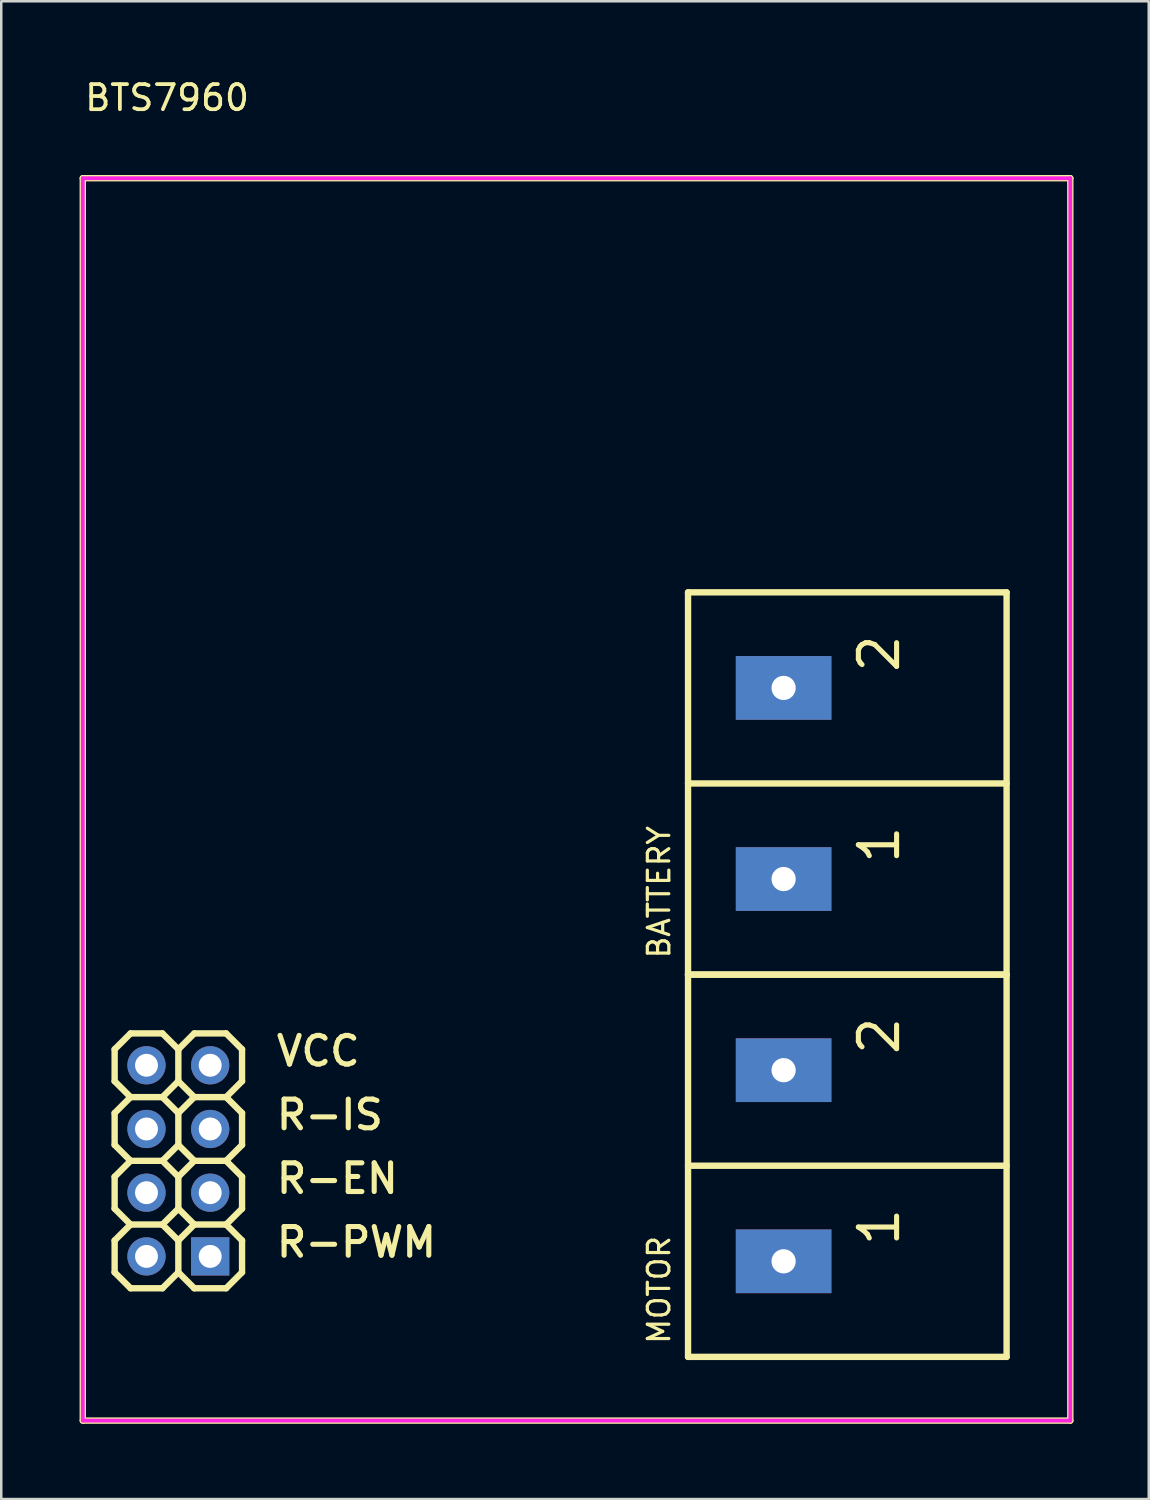
<source format=kicad_pcb>
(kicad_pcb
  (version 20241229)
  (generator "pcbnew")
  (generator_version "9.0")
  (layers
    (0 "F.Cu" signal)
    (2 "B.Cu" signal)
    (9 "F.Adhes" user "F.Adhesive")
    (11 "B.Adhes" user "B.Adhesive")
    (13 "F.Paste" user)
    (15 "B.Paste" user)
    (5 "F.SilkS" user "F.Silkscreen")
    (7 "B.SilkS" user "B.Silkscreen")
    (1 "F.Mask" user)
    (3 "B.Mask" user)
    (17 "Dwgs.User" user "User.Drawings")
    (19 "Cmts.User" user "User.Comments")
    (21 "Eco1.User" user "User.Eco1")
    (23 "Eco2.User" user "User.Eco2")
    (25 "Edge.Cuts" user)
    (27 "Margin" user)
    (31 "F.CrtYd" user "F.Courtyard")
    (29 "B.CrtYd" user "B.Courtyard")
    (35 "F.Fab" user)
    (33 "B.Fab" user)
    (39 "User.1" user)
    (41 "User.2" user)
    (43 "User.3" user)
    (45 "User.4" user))
  (footprint "BTS7960"
    (layer "F.Cu")
    (at 0.25 4.055)
    (property "Reference" "BTS7960" (at 0 -3.207 0) (layer "F.SilkS") (effects (font (size 1 1) (thickness 0.15)) (justify left)))
    (attr through_hole)
    (fp_line (start 0 0) (end 39.37 0) (stroke (width 0.254) (type solid)) (layer "F.SilkS"))
    (fp_line (start 0 49.53) (end 0 0) (stroke (width 0.254) (type solid)) (layer "F.SilkS"))
    (fp_line (start 1.27 34.729) (end 1.27 35.999) (stroke (width 0.254) (type solid)) (layer "F.SilkS"))
    (fp_line (start 1.27 35.999) (end 1.905 36.634) (stroke (width 0.254) (type solid)) (layer "F.SilkS"))
    (fp_line (start 1.27 37.269) (end 1.27 38.539) (stroke (width 0.254) (type solid)) (layer "F.SilkS"))
    (fp_line (start 1.27 38.539) (end 1.905 39.174) (stroke (width 0.254) (type solid)) (layer "F.SilkS"))
    (fp_line (start 1.27 39.809) (end 1.27 41.079) (stroke (width 0.254) (type solid)) (layer "F.SilkS"))
    (fp_line (start 1.27 41.079) (end 1.905 41.714) (stroke (width 0.254) (type solid)) (layer "F.SilkS"))
    (fp_line (start 1.27 42.349) (end 1.27 43.619) (stroke (width 0.254) (type solid)) (layer "F.SilkS"))
    (fp_line (start 1.27 43.619) (end 1.905 44.254) (stroke (width 0.254) (type solid)) (layer "F.SilkS"))
    (fp_line (start 1.905 34.094) (end 1.27 34.729) (stroke (width 0.254) (type solid)) (layer "F.SilkS"))
    (fp_line (start 1.905 36.634) (end 1.27 37.269) (stroke (width 0.254) (type solid)) (layer "F.SilkS"))
    (fp_line (start 1.905 36.634) (end 3.175 36.634) (stroke (width 0.254) (type solid)) (layer "F.SilkS"))
    (fp_line (start 1.905 39.174) (end 1.27 39.809) (stroke (width 0.254) (type solid)) (layer "F.SilkS"))
    (fp_line (start 1.905 41.714) (end 1.27 42.349) (stroke (width 0.254) (type solid)) (layer "F.SilkS"))
    (fp_line (start 1.905 41.714) (end 3.175 41.714) (stroke (width 0.254) (type solid)) (layer "F.SilkS"))
    (fp_line (start 1.905 44.254) (end 3.175 44.254) (stroke (width 0.254) (type solid)) (layer "F.SilkS"))
    (fp_line (start 3.175 34.094) (end 1.905 34.094) (stroke (width 0.254) (type solid)) (layer "F.SilkS"))
    (fp_line (start 3.175 36.634) (end 3.81 37.269) (stroke (width 0.254) (type solid)) (layer "F.SilkS"))
    (fp_line (start 3.175 39.174) (end 1.905 39.174) (stroke (width 0.254) (type solid)) (layer "F.SilkS"))
    (fp_line (start 3.175 39.174) (end 3.81 38.539) (stroke (width 0.254) (type solid)) (layer "F.SilkS"))
    (fp_line (start 3.175 41.714) (end 3.81 42.349) (stroke (width 0.254) (type solid)) (layer "F.SilkS"))
    (fp_line (start 3.175 44.254) (end 3.81 43.619) (stroke (width 0.254) (type solid)) (layer "F.SilkS"))
    (fp_line (start 3.81 34.729) (end 3.175 34.094) (stroke (width 0.254) (type solid)) (layer "F.SilkS"))
    (fp_line (start 3.81 34.729) (end 3.81 34.729) (stroke (width 0.254) (type solid)) (layer "F.SilkS"))
    (fp_line (start 3.81 34.729) (end 3.81 35.999) (stroke (width 0.254) (type solid)) (layer "F.SilkS"))
    (fp_line (start 3.81 35.999) (end 3.175 36.634) (stroke (width 0.254) (type solid)) (layer "F.SilkS"))
    (fp_line (start 3.81 37.269) (end 3.81 38.539) (stroke (width 0.254) (type solid)) (layer "F.SilkS"))
    (fp_line (start 3.81 37.269) (end 4.445 36.634) (stroke (width 0.254) (type solid)) (layer "F.SilkS"))
    (fp_line (start 3.81 38.539) (end 4.445 39.174) (stroke (width 0.254) (type solid)) (layer "F.SilkS"))
    (fp_line (start 3.81 39.809) (end 3.175 39.174) (stroke (width 0.254) (type solid)) (layer "F.SilkS"))
    (fp_line (start 3.81 39.809) (end 3.81 41.079) (stroke (width 0.254) (type solid)) (layer "F.SilkS"))
    (fp_line (start 3.81 41.079) (end 3.175 41.714) (stroke (width 0.254) (type solid)) (layer "F.SilkS"))
    (fp_line (start 3.81 42.349) (end 3.81 43.619) (stroke (width 0.254) (type solid)) (layer "F.SilkS"))
    (fp_line (start 3.81 42.349) (end 4.445 41.714) (stroke (width 0.254) (type solid)) (layer "F.SilkS"))
    (fp_line (start 3.81 43.619) (end 4.445 44.254) (stroke (width 0.254) (type solid)) (layer "F.SilkS"))
    (fp_line (start 4.445 34.094) (end 3.81 34.729) (stroke (width 0.254) (type solid)) (layer "F.SilkS"))
    (fp_line (start 4.445 36.634) (end 3.81 35.999) (stroke (width 0.254) (type solid)) (layer "F.SilkS"))
    (fp_line (start 4.445 36.634) (end 5.715 36.634) (stroke (width 0.254) (type solid)) (layer "F.SilkS"))
    (fp_line (start 4.445 39.174) (end 3.81 39.809) (stroke (width 0.254) (type solid)) (layer "F.SilkS"))
    (fp_line (start 4.445 41.714) (end 3.81 41.079) (stroke (width 0.254) (type solid)) (layer "F.SilkS"))
    (fp_line (start 4.445 41.714) (end 5.715 41.714) (stroke (width 0.254) (type solid)) (layer "F.SilkS"))
    (fp_line (start 4.445 44.254) (end 5.715 44.254) (stroke (width 0.254) (type solid)) (layer "F.SilkS"))
    (fp_line (start 5.715 34.094) (end 4.445 34.094) (stroke (width 0.254) (type solid)) (layer "F.SilkS"))
    (fp_line (start 5.715 36.634) (end 6.35 35.999) (stroke (width 0.254) (type solid)) (layer "F.SilkS"))
    (fp_line (start 5.715 39.174) (end 4.445 39.174) (stroke (width 0.254) (type solid)) (layer "F.SilkS"))
    (fp_line (start 5.715 39.174) (end 6.35 38.539) (stroke (width 0.254) (type solid)) (layer "F.SilkS"))
    (fp_line (start 5.715 41.714) (end 6.35 41.079) (stroke (width 0.254) (type solid)) (layer "F.SilkS"))
    (fp_line (start 5.715 44.254) (end 6.35 43.619) (stroke (width 0.254) (type solid)) (layer "F.SilkS"))
    (fp_line (start 6.35 34.729) (end 5.715 34.094) (stroke (width 0.254) (type solid)) (layer "F.SilkS"))
    (fp_line (start 6.35 35.999) (end 6.35 34.729) (stroke (width 0.254) (type solid)) (layer "F.SilkS"))
    (fp_line (start 6.35 37.269) (end 5.715 36.634) (stroke (width 0.254) (type solid)) (layer "F.SilkS"))
    (fp_line (start 6.35 38.539) (end 6.35 37.269) (stroke (width 0.254) (type solid)) (layer "F.SilkS"))
    (fp_line (start 6.35 39.809) (end 5.715 39.174) (stroke (width 0.254) (type solid)) (layer "F.SilkS"))
    (fp_line (start 6.35 41.079) (end 6.35 39.809) (stroke (width 0.254) (type solid)) (layer "F.SilkS"))
    (fp_line (start 6.35 42.349) (end 5.715 41.714) (stroke (width 0.254) (type solid)) (layer "F.SilkS"))
    (fp_line (start 6.35 43.619) (end 6.35 42.349) (stroke (width 0.254) (type solid)) (layer "F.SilkS"))
    (fp_line (start 24.13 16.51) (end 36.83 16.51) (stroke (width 0.254) (type solid)) (layer "F.SilkS"))
    (fp_line (start 24.13 24.13) (end 36.83 24.13) (stroke (width 0.254) (type solid)) (layer "F.SilkS"))
    (fp_line (start 24.13 31.75) (end 24.13 16.51) (stroke (width 0.254) (type solid)) (layer "F.SilkS"))
    (fp_line (start 24.13 31.75) (end 36.83 31.75) (stroke (width 0.254) (type solid)) (layer "F.SilkS"))
    (fp_line (start 24.13 39.37) (end 36.83 39.37) (stroke (width 0.254) (type solid)) (layer "F.SilkS"))
    (fp_line (start 24.13 46.99) (end 24.13 31.75) (stroke (width 0.254) (type solid)) (layer "F.SilkS"))
    (fp_line (start 36.83 16.51) (end 36.83 31.75) (stroke (width 0.254) (type solid)) (layer "F.SilkS"))
    (fp_line (start 36.83 31.75) (end 24.13 31.75) (stroke (width 0.254) (type solid)) (layer "F.SilkS"))
    (fp_line (start 36.83 31.75) (end 36.83 46.99) (stroke (width 0.254) (type solid)) (layer "F.SilkS"))
    (fp_line (start 36.83 46.99) (end 24.13 46.99) (stroke (width 0.254) (type solid)) (layer "F.SilkS"))
    (fp_line (start 39.37 0) (end 39.37 49.53) (stroke (width 0.254) (type solid)) (layer "F.SilkS"))
    (fp_line (start 39.37 49.53) (end 0 49.53) (stroke (width 0.254) (type solid)) (layer "F.SilkS"))
    (fp_line (start 0 0) (end 39.37 0) (stroke (width 0.152) (type solid)) (layer "F.CrtYd"))
    (fp_line (start 0 49.53) (end 0 0) (stroke (width 0.152) (type solid)) (layer "F.CrtYd"))
    (fp_line (start 39.37 0) (end 39.37 49.53) (stroke (width 0.152) (type solid)) (layer "F.CrtYd"))
    (fp_line (start 39.37 49.53) (end 0 49.53) (stroke (width 0.152) (type solid)) (layer "F.CrtYd"))
    (fp_text user "VCC" (at 7.62 34.798 0) (layer "F.SilkS") (effects (font (size 1.143 1.143) (thickness 0.203)) (justify left)))
    (fp_text user "1" (at 31.75 42.672 90) (layer "F.SilkS") (effects (font (size 1.524 1.524) (thickness 0.203)) (justify left)))
    (fp_text user "MOTOR" (at 22.974 46.546 90) (layer "F.SilkS") (effects (font (size 0.857 0.857) (thickness 0.127)) (justify left)))
    (fp_text user "R-IS" (at 7.62 37.338 0) (layer "F.SilkS") (effects (font (size 1.143 1.143) (thickness 0.203)) (justify left)))
    (fp_text user "2" (at 31.75 19.812 90) (layer "F.SilkS") (effects (font (size 1.524 1.524) (thickness 0.203)) (justify left)))
    (fp_text user "R-EN" (at 7.62 39.878 0) (layer "F.SilkS") (effects (font (size 1.143 1.143) (thickness 0.203)) (justify left)))
    (fp_text user "BATTERY" (at 22.974 31.179 90) (layer "F.SilkS") (effects (font (size 0.857 0.857) (thickness 0.127)) (justify left)))
    (fp_text user "2" (at 31.75 35.052 90) (layer "F.SilkS") (effects (font (size 1.524 1.524) (thickness 0.203)) (justify left)))
    (fp_text user "1" (at 31.75 27.432 90) (layer "F.SilkS") (effects (font (size 1.524 1.524) (thickness 0.203)) (justify left)))
    (fp_text user "R-PWM" (at 7.62 42.418 0) (layer "F.SilkS") (effects (font (size 1.143 1.143) (thickness 0.203)) (justify left)))
    (pad "1" thru_hole rect (at 5.08 42.984) (size 1.524 1.524) (drill 0.914) (layers "*.Cu" "*.Mask"))
    (pad "1" thru_hole rect (at 27.94 27.94 90) (size 2.54 3.81) (drill 0.966) (layers "*.Cu" "*.Mask"))
    (pad "1" thru_hole rect (at 27.94 43.18 90) (size 2.54 3.81) (drill 0.966) (layers "*.Cu" "*.Mask"))
    (pad "2" thru_hole circle (at 2.54 42.984) (size 1.524 1.524) (drill 0.914) (layers "*.Cu" "*.Mask"))
    (pad "2" thru_hole rect (at 27.94 20.32 90) (size 2.54 3.81) (drill 0.966) (layers "*.Cu" "*.Mask"))
    (pad "2" thru_hole rect (at 27.94 35.56 90) (size 2.54 3.81) (drill 0.966) (layers "*.Cu" "*.Mask"))
    (pad "3" thru_hole circle (at 5.08 40.444) (size 1.524 1.524) (drill 0.914) (layers "*.Cu" "*.Mask"))
    (pad "4" thru_hole circle (at 2.54 40.444) (size 1.524 1.524) (drill 0.914) (layers "*.Cu" "*.Mask"))
    (pad "5" thru_hole circle (at 5.08 37.904) (size 1.524 1.524) (drill 0.914) (layers "*.Cu" "*.Mask"))
    (pad "6" thru_hole circle (at 2.54 37.904) (size 1.524 1.524) (drill 0.914) (layers "*.Cu" "*.Mask"))
    (pad "7" thru_hole circle (at 5.08 35.364) (size 1.524 1.524) (drill 0.914) (layers "*.Cu" "*.Mask"))
    (pad "8" thru_hole circle (at 2.54 35.364) (size 1.524 1.524) (drill 0.914) (layers "*.Cu" "*.Mask")))
  (gr_rect
    (start -3 -3)
    (end 42.747 56.712)
    (stroke (width 0.1) (type default))
    (fill no)
    (layer "Edge.Cuts")))
</source>
